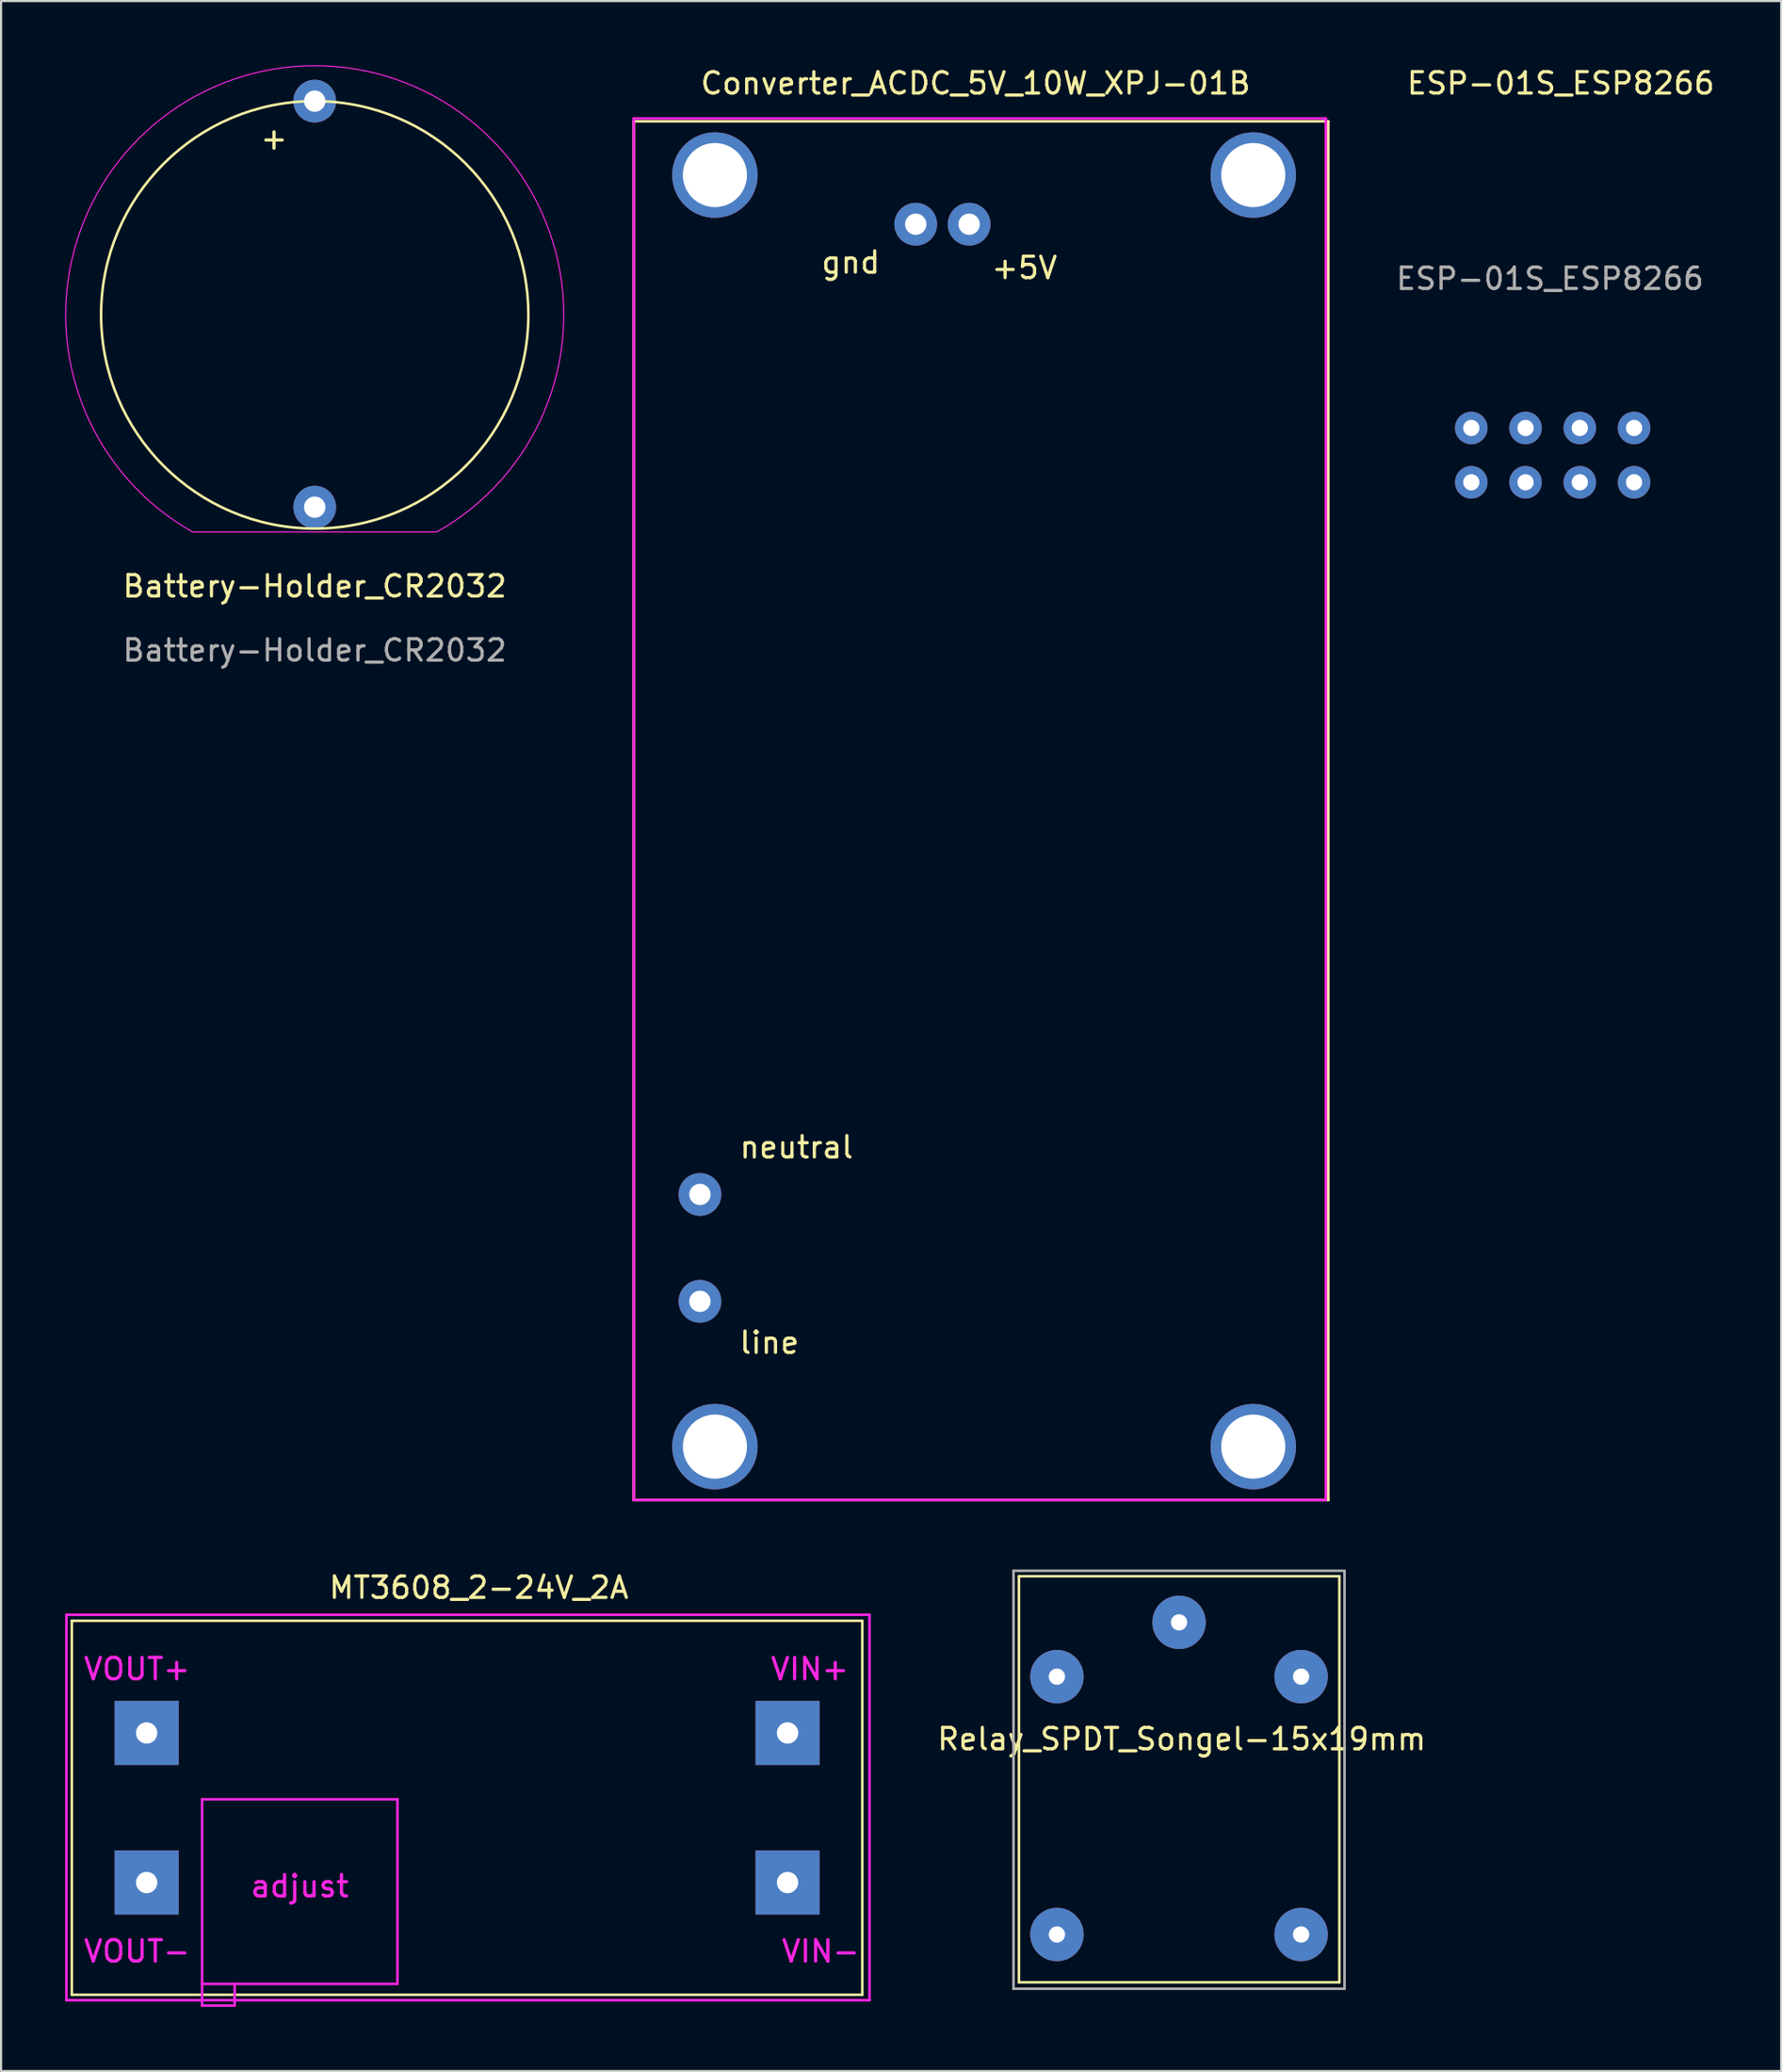
<source format=kicad_pcb>
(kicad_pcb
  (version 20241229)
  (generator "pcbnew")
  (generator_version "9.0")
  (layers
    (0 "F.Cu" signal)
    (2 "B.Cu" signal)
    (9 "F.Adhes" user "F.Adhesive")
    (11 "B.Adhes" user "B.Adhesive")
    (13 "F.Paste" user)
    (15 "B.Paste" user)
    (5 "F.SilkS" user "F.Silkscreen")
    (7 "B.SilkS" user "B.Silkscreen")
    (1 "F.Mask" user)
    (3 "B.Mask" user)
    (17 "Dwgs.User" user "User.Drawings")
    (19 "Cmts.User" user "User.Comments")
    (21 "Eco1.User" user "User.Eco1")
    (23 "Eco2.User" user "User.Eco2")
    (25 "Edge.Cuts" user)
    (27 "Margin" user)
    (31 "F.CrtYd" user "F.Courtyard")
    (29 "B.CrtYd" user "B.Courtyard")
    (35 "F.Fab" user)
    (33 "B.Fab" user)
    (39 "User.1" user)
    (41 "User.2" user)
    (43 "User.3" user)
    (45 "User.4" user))
  (footprint "MT3608_2-24V_2A"
    (layer "F.Cu")
    (at 0.314 90.29)
    (property "Reference" "MT3608_2-24V_2A" (at 19.05 -19.05 0) (unlocked yes) (layer "F.SilkS") (effects (font (size 1 1) (thickness 0.15))))
    (attr through_hole)
    (fp_line (start 0 -17.5) (end 0 0) (stroke (width 0.12) (type solid)) (layer "F.SilkS"))
    (fp_line (start 0 0) (end 37 0) (stroke (width 0.12) (type solid)) (layer "F.SilkS"))
    (fp_line (start 37 -17.5) (end 0 -17.5) (stroke (width 0.12) (type solid)) (layer "F.SilkS"))
    (fp_line (start 37 0) (end 37 -17.5) (stroke (width 0.12) (type solid)) (layer "F.SilkS"))
    (fp_line (start -0.254 -17.78) (end 37.338 -17.78) (stroke (width 0.12) (type solid)) (layer "F.CrtYd"))
    (fp_line (start -0.254 0.254) (end -0.254 -17.78) (stroke (width 0.12) (type solid)) (layer "F.CrtYd"))
    (fp_line (start 6.096 -9.144) (end 15.24 -9.144) (stroke (width 0.12) (type solid)) (layer "F.CrtYd"))
    (fp_line (start 6.096 -0.508) (end 15.24 -0.508) (stroke (width 0.12) (type solid)) (layer "F.CrtYd"))
    (fp_line (start 6.096 0.508) (end 6.096 -9.144) (stroke (width 0.12) (type solid)) (layer "F.CrtYd"))
    (fp_line (start 6.096 0.508) (end 7.62 0.508) (stroke (width 0.12) (type solid)) (layer "F.CrtYd"))
    (fp_line (start 7.62 -0.508) (end 7.62 0.508) (stroke (width 0.12) (type solid)) (layer "F.CrtYd"))
    (fp_line (start 15.24 -9.144) (end 15.24 -0.508) (stroke (width 0.12) (type solid)) (layer "F.CrtYd"))
    (fp_line (start 37.338 -17.78) (end 37.338 0.254) (stroke (width 0.12) (type solid)) (layer "F.CrtYd"))
    (fp_line (start 37.338 0.254) (end -0.254 0.254) (stroke (width 0.12) (type solid)) (layer "F.CrtYd"))
    (fp_text user "adjust" (at 10.668 -5.08 0) (unlocked yes) (layer "F.CrtYd") (effects (font (size 1 1) (thickness 0.15))))
    (fp_text user "VOUT+" (at 3.048 -15.24 0) (unlocked yes) (layer "F.CrtYd") (effects (font (size 1 1) (thickness 0.15))))
    (fp_text user "VIN-" (at 35.052 -2.032 0) (unlocked yes) (layer "F.CrtYd") (effects (font (size 1 1) (thickness 0.15))))
    (fp_text user "VIN+" (at 34.544 -15.24 0) (unlocked yes) (layer "F.CrtYd") (effects (font (size 1 1) (thickness 0.15))))
    (fp_text user "VOUT-" (at 3.048 -2.032 0) (unlocked yes) (layer "F.CrtYd") (effects (font (size 1 1) (thickness 0.15))))
    (pad "1" thru_hole rect (at 33.5 -5.25) (size 3 3) (drill 1) (layers "*.Cu" "*.Mask"))
    (pad "2" thru_hole rect (at 33.5 -12.25) (size 3 3) (drill 1) (layers "*.Cu" "*.Mask"))
    (pad "3" thru_hole rect (at 3.5 -5.25) (size 3 3) (drill 1) (layers "*.Cu" "*.Mask"))
    (pad "4" thru_hole rect (at 3.5 -12.25) (size 3 3) (drill 1) (layers "*.Cu" "*.Mask")))
  (footprint "Relay_SPDT_Songel-15x19mm"
    (layer "F.Cu")
    (at 46.424 87.47)
    (property "Reference" "Relay_SPDT_Songel-15x19mm" (at 5.842 -9.144 0) (layer "F.SilkS") (effects (font (size 1 1) (thickness 0.15))))
    (attr through_hole)
    (fp_line (start -1.778 -16.764) (end -1.778 2.236) (stroke (width 0.12) (type solid)) (layer "F.SilkS"))
    (fp_line (start -1.778 -16.764) (end 13.222 -16.764) (stroke (width 0.12) (type solid)) (layer "F.SilkS"))
    (fp_line (start -1.778 2.236) (end 13.222 2.236) (stroke (width 0.12) (type solid)) (layer "F.SilkS"))
    (fp_line (start 13.222 -16.764) (end 13.222 2.236) (stroke (width 0.12) (type solid)) (layer "F.SilkS"))
    (fp_line (start -2.032 -17.018) (end 13.462 -17.018) (stroke (width 0.12) (type solid)) (layer "F.Fab"))
    (fp_line (start -2.032 2.54) (end -2.032 -17.018) (stroke (width 0.12) (type solid)) (layer "F.Fab"))
    (fp_line (start 13.462 -17.018) (end 13.462 2.54) (stroke (width 0.12) (type solid)) (layer "F.Fab"))
    (fp_line (start 13.462 2.54) (end -2.032 2.54) (stroke (width 0.12) (type solid)) (layer "F.Fab"))
    (pad "1" thru_hole circle (at 0 0) (size 2.5 2.5) (drill 0.762) (layers "*.Cu" "*.Mask"))
    (pad "2" thru_hole circle (at 11.43 0) (size 2.5 2.5) (drill 0.762) (layers "*.Cu" "*.Mask"))
    (pad "3" thru_hole circle (at 0 -12.065) (size 2.5 2.5) (drill 0.762) (layers "*.Cu" "*.Mask"))
    (pad "4" thru_hole circle (at 11.43 -12.065) (size 2.5 2.5) (drill 0.762) (layers "*.Cu" "*.Mask"))
    (pad "5" thru_hole circle (at 5.715 -14.605) (size 2.5 2.5) (drill 0.762) (layers "*.Cu" "*.Mask")))
  (footprint "Converter_ACDC_5V_10W_XPJ-01B"
    (layer "F.Cu")
    (at 26.614 67.142)
    (property "Reference" "Converter_ACDC_5V_10W_XPJ-01B" (at 16.002 -66.294 0) (layer "F.SilkS") (effects (font (size 1 1) (thickness 0.15))))
    (attr through_hole)
    (fp_line (start 0 -64.516) (end 0 0) (stroke (width 0.12) (type solid)) (layer "F.SilkS"))
    (fp_line (start 0 0) (end 32.512 0) (stroke (width 0.12) (type solid)) (layer "F.SilkS"))
    (fp_line (start 32.512 -64.516) (end 0 -64.516) (stroke (width 0.12) (type solid)) (layer "F.SilkS"))
    (fp_line (start 32.512 -64.516) (end 32.512 0) (stroke (width 0.12) (type solid)) (layer "F.SilkS"))
    (fp_line (start 0 -64.65) (end 32.4 -64.65) (stroke (width 0.12) (type solid)) (layer "F.CrtYd"))
    (fp_line (start 0 0) (end 0 -64.65) (stroke (width 0.12) (type solid)) (layer "F.CrtYd"))
    (fp_line (start 0 0) (end 32.4 0) (stroke (width 0.12) (type solid)) (layer "F.CrtYd"))
    (fp_line (start 32.4 0) (end 32.4 -64.65) (stroke (width 0.12) (type solid)) (layer "F.CrtYd"))
    (fp_text user "+5V" (at 18.288 -57.658 0) (layer "F.SilkS") (effects (font (size 1 1) (thickness 0.15))))
    (fp_text user "neutral" (at 7.62 -16.51 0) (layer "F.SilkS") (effects (font (size 1 1) (thickness 0.15))))
    (fp_text user "line" (at 6.35 -7.366 0) (layer "F.SilkS") (effects (font (size 1 1) (thickness 0.15))))
    (fp_text user "gnd" (at 10.16 -57.912 0) (layer "F.SilkS") (effects (font (size 1 1) (thickness 0.15))))
    (pad "" thru_hole circle (at 3.8 -62) (size 4 4) (drill 3) (layers "*.Cu" "*.Mask"))
    (pad "" thru_hole circle (at 3.8 -2.5) (size 4 4) (drill 3) (layers "*.Cu" "*.Mask"))
    (pad "" thru_hole circle (at 29 -62) (size 4 4) (drill 3) (layers "*.Cu" "*.Mask"))
    (pad "" thru_hole circle (at 29 -2.5) (size 4 4) (drill 3) (layers "*.Cu" "*.Mask"))
    (pad "1" thru_hole circle (at 3.1 -14.3) (size 2 2) (drill 1) (layers "*.Cu" "*.Mask"))
    (pad "2" thru_hole circle (at 3.1 -9.3) (size 2 2) (drill 1) (layers "*.Cu" "*.Mask"))
    (pad "3" thru_hole circle (at 13.2 -59.7) (size 2 2) (drill 1) (layers "*.Cu" "*.Mask"))
    (pad "4" thru_hole circle (at 15.7 -59.7) (size 2 2) (drill 1) (layers "*.Cu" "*.Mask")))
  (footprint "ESP-01S_ESP8266"
    (layer "F.Cu")
    (at 70.01 12.532)
    (property "Reference" "ESP-01S_ESP8266" (at 0 -11.684 0) (unlocked yes) (layer "F.SilkS") (effects (font (size 1 1) (thickness 0.15))))
    (attr through_hole)
    (fp_rect (start -7.366 -10.795) (end 6.604 8.255) (stroke (width 0.12) (type solid)) (fill no) (layer "Margin"))
    (fp_text user "${REFERENCE}" (at -0.508 -2.54 0) (unlocked yes) (layer "F.Fab") (effects (font (size 1 1) (thickness 0.15))))
    (pad "1" thru_hole circle (at -4.191 6.985 90) (size 1.524 1.524) (drill 0.762) (layers "*.Cu" "*.Mask"))
    (pad "2" thru_hole circle (at -4.191 4.445 90) (size 1.524 1.524) (drill 0.762) (layers "*.Cu" "*.Mask"))
    (pad "3" thru_hole circle (at -1.651 6.985 90) (size 1.524 1.524) (drill 0.762) (layers "*.Cu" "*.Mask"))
    (pad "4" thru_hole circle (at -1.651 4.445 90) (size 1.524 1.524) (drill 0.762) (layers "*.Cu" "*.Mask"))
    (pad "5" thru_hole circle (at 0.889 6.985 90) (size 1.524 1.524) (drill 0.762) (layers "*.Cu" "*.Mask"))
    (pad "6" thru_hole circle (at 0.889 4.445 90) (size 1.524 1.524) (drill 0.762) (layers "*.Cu" "*.Mask"))
    (pad "7" thru_hole circle (at 3.429 6.985 90) (size 1.524 1.524) (drill 0.762) (layers "*.Cu" "*.Mask"))
    (pad "8" thru_hole circle (at 3.429 4.445 90) (size 1.524 1.524) (drill 0.762) (layers "*.Cu" "*.Mask")))
  (footprint "Battery-Holder_CR2032"
    (layer "F.Cu")
    (at 11.682 11.682)
    (property "Reference" "Battery-Holder_CR2032" (at 0 12.7 0) (unlocked yes) (layer "F.SilkS") (effects (font (size 1 1) (thickness 0.15))))
    (attr through_hole)
    (fp_circle (center 0 0) (end 10 0) (stroke (width 0.12) (type solid)) (fill no) (layer "F.SilkS"))
    (fp_line (start -5.715 10.16) (end 5.715 10.16) (stroke (width 0.05) (type solid)) (layer "F.CrtYd"))
    (fp_arc (start -5.715 10.16) (mid 0 -11.65705) (end 5.715 10.16) (stroke (width 0.05) (type solid)) (layer "F.CrtYd"))
    (fp_text user "+" (at -1.905 -8.255 0) (unlocked yes) (layer "F.SilkS") (effects (font (size 1 1) (thickness 0.15))))
    (fp_text user "${REFERENCE}" (at 0 15.7 0) (unlocked yes) (layer "F.Fab") (effects (font (size 1 1) (thickness 0.15))))
    (pad "1" thru_hole circle (at 0 -10) (size 2 2) (drill 1) (layers "*.Cu" "*.Mask"))
    (pad "2" thru_hole circle (at 0 9) (size 2 2) (drill 1) (layers "*.Cu" "*.Mask")))
  (gr_rect
    (start -3 -3)
    (end 80.325 93.859)
    (stroke (width 0.1) (type default))
    (fill no)
    (layer "Edge.Cuts")))
</source>
